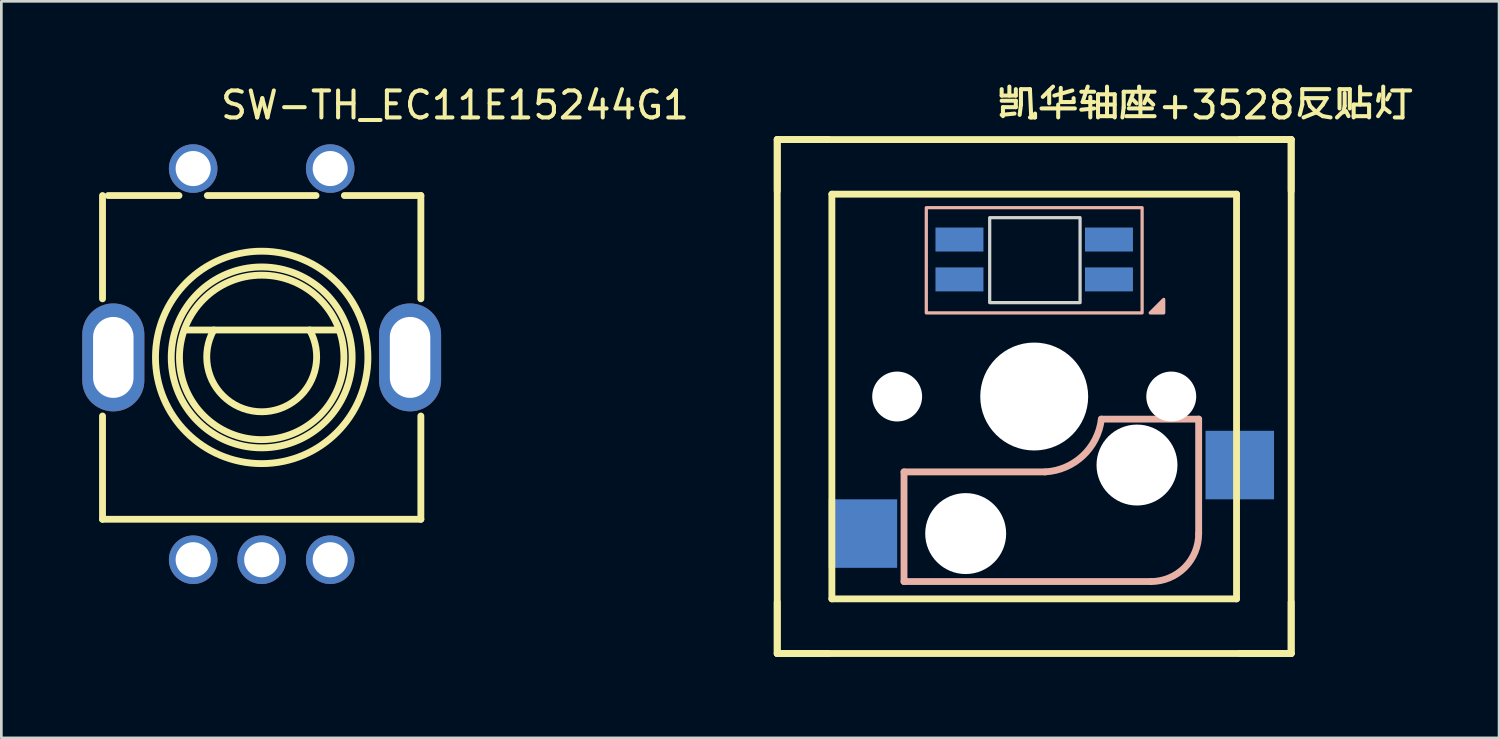
<source format=kicad_pcb>
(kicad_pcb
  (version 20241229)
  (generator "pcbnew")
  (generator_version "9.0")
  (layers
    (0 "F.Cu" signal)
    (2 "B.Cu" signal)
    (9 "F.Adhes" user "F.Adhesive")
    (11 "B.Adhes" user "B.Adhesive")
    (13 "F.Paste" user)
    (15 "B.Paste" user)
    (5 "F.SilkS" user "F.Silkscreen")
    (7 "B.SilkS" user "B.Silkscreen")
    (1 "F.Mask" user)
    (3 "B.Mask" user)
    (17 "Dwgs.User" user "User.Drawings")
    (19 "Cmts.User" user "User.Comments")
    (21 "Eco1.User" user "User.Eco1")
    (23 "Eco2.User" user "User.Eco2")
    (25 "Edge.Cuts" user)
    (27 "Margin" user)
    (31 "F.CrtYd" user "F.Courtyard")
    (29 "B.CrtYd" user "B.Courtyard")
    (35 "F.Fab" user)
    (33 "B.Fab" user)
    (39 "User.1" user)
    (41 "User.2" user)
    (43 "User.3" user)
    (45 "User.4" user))
  (footprint "SW-TH_EC11E15244G1"
    (layer "F.Cu")
    (at 6.65 10.448)
    (property "Reference" "SW-TH_EC11E15244G1" (at -1.6 -9.6 0) (layer "F.SilkS") (effects (font (size 1 1) (thickness 0.15)) (justify left)))
    (attr through_hole)
    (fp_line (start -5.9 -2.422) (end -5.9 -6.25) (stroke (width 0.254) (type solid)) (layer "F.SilkS"))
    (fp_line (start -5.9 5.75) (end -5.9 1.922) (stroke (width 0.254) (type solid)) (layer "F.SilkS"))
    (fp_line (start -5.69 -6.25) (end -3.066 -6.25) (stroke (width 0.254) (type solid)) (layer "F.SilkS"))
    (fp_line (start -2.794 -1.266) (end 2.794 -1.266) (stroke (width 0.254) (type solid)) (layer "F.SilkS"))
    (fp_line (start -2.014 -6.25) (end 2.014 -6.25) (stroke (width 0.254) (type solid)) (layer "F.SilkS"))
    (fp_line (start 3.066 -6.25) (end 5.9 -6.25) (stroke (width 0.254) (type solid)) (layer "F.SilkS"))
    (fp_line (start 5.9 -6.25) (end 5.9 -2.422) (stroke (width 0.254) (type solid)) (layer "F.SilkS"))
    (fp_line (start 5.9 1.922) (end 5.9 5.75) (stroke (width 0.254) (type solid)) (layer "F.SilkS"))
    (fp_line (start 5.9 5.75) (end -5.9 5.75) (stroke (width 0.254) (type solid)) (layer "F.SilkS"))
    (fp_arc (start 1.777972 -1.266049) (mid 0.000028 1.764987) (end -1.778 -1.266) (stroke (width 0.254) (type solid)) (layer "F.SilkS"))
    (fp_circle (center 0 -0.25) (end 3.048 -0.25) (stroke (width 0.254) (type solid)) (fill no) (layer "F.SilkS"))
    (fp_circle (center 0 -0.25) (end 3.353 -0.25) (stroke (width 0.254) (type solid)) (fill no) (layer "F.SilkS"))
    (fp_circle (center 0 -0.25) (end 3.937 -0.25) (stroke (width 0.254) (type solid)) (fill no) (layer "F.SilkS"))
    (pad "6" thru_hole oval (at 5.5 -0.25 90) (size 4 2.3) (drill oval 3 1.5) (layers "*.Cu" "*.Mask"))
    (pad "7" thru_hole oval (at -5.5 -0.25 90) (size 4 2.3) (drill oval 3 1.5) (layers "*.Cu" "*.Mask"))
    (pad "A" thru_hole circle (at -2.54 7.25) (size 1.8 1.8) (drill 1.3) (layers "*.Cu" "*.Mask"))
    (pad "B" thru_hole circle (at 2.54 7.25) (size 1.8 1.8) (drill 1.3) (layers "*.Cu" "*.Mask"))
    (pad "C" thru_hole circle (at 0 7.25) (size 1.8 1.8) (drill 1.3) (layers "*.Cu" "*.Mask"))
    (pad "D" thru_hole circle (at -2.54 -7.25) (size 1.8 1.8) (drill 1.3) (layers "*.Cu" "*.Mask"))
    (pad "E" thru_hole circle (at 2.54 -7.25) (size 1.8 1.8) (drill 1.3) (layers "*.Cu" "*.Mask")))
  (footprint "凯华轴座+3528反贴灯"
    (layer "F.Cu")
    (at 35.285 11.648)
    (property "Reference" "凯华轴座+3528反贴灯" (at -1.4 -10.8 0) (layer "F.SilkS") (effects (font (size 1 1) (thickness 0.15)) (justify left)))
    (attr through_hole)
    (fp_line (start -9.525 -9.525) (end -7.62 -9.525) (stroke (width 0.254) (type solid)) (layer "F.SilkS"))
    (fp_line (start -9.525 -9.525) (end 9.525 -9.525) (stroke (width 0.254) (type solid)) (layer "F.SilkS"))
    (fp_line (start -9.525 -7.62) (end -9.525 -9.525) (stroke (width 0.254) (type solid)) (layer "F.SilkS"))
    (fp_line (start -9.525 9.525) (end -9.525 -9.525) (stroke (width 0.254) (type solid)) (layer "F.SilkS"))
    (fp_line (start -9.525 9.525) (end -9.525 7.62) (stroke (width 0.254) (type solid)) (layer "F.SilkS"))
    (fp_line (start -7.62 9.525) (end -9.525 9.525) (stroke (width 0.254) (type solid)) (layer "F.SilkS"))
    (fp_line (start -7.5 -7.5) (end 7.5 -7.5) (stroke (width 0.254) (type solid)) (layer "F.SilkS"))
    (fp_line (start -7.5 7.5) (end -7.5 -7.5) (stroke (width 0.254) (type solid)) (layer "F.SilkS"))
    (fp_line (start -7.5 7.5) (end 7.5 7.5) (stroke (width 0.254) (type solid)) (layer "F.SilkS"))
    (fp_line (start 7.5 7.5) (end 7.5 -7.5) (stroke (width 0.254) (type solid)) (layer "F.SilkS"))
    (fp_line (start 7.62 -9.525) (end 9.525 -9.525) (stroke (width 0.254) (type solid)) (layer "F.SilkS"))
    (fp_line (start 9.525 -9.525) (end 9.525 -7.62) (stroke (width 0.254) (type solid)) (layer "F.SilkS"))
    (fp_line (start 9.525 -9.525) (end 9.525 9.525) (stroke (width 0.254) (type solid)) (layer "F.SilkS"))
    (fp_line (start 9.525 7.62) (end 9.525 9.525) (stroke (width 0.254) (type solid)) (layer "F.SilkS"))
    (fp_line (start 9.525 9.525) (end -9.525 9.525) (stroke (width 0.254) (type solid)) (layer "F.SilkS"))
    (fp_line (start 9.525 9.525) (end 7.62 9.525) (stroke (width 0.254) (type solid)) (layer "F.SilkS"))
    (fp_line (start -4.826 2.794) (end -4.826 6.858) (stroke (width 0.254) (type solid)) (layer "B.SilkS"))
    (fp_line (start -4.826 2.794) (end 0.406 2.794) (stroke (width 0.254) (type solid)) (layer "B.SilkS"))
    (fp_line (start 2.489 0.838) (end 6.096 0.838) (stroke (width 0.254) (type solid)) (layer "B.SilkS"))
    (fp_line (start 4.318 6.858) (end -4.826 6.858) (stroke (width 0.254) (type solid)) (layer "B.SilkS"))
    (fp_line (start 6.096 0.838) (end 6.096 5.08) (stroke (width 0.254) (type solid)) (layer "B.SilkS"))
    (fp_rect (start -4 -7) (end 4 -3.1) (stroke (width 0.12) (type solid)) (fill no) (layer "B.SilkS"))
    (fp_arc (start 2.489 0.838) (mid 1.804513 2.195515) (end 0.406527 2.793013) (stroke (width 0.254) (type solid)) (layer "B.SilkS"))
    (fp_arc (start 6.096 5.08) (mid 5.578362 6.339802) (end 4.318792 6.858004) (stroke (width 0.254) (type solid)) (layer "B.SilkS"))
    (fp_poly (pts (xy 4.8 -3.1) (xy 4.3 -3.1) (xy 4.8 -3.6)) (stroke (width 0.12) (type solid)) (fill yes) (layer "B.SilkS"))
    (fp_rect (start -1.65 -6.63) (end 1.7 -3.48) (stroke (width 0.12) (type solid)) (fill no) (layer "Edge.Cuts"))
    (pad "" np_thru_hole circle (at -5.08 0) (size 1.85 1.85) (drill 1.85) (layers "*.Cu" "*.Mask"))
    (pad "" np_thru_hole circle (at -2.54 5.08) (size 3 3) (drill 3) (layers "*.Cu" "*.Mask"))
    (pad "" np_thru_hole circle (at 0 0) (size 4 4) (drill 4) (layers "*.Cu" "*.Mask"))
    (pad "" np_thru_hole circle (at 3.81 2.54) (size 3 3) (drill 3) (layers "*.Cu" "*.Mask"))
    (pad "" np_thru_hole circle (at 5.08 0) (size 1.85 1.85) (drill 1.85) (layers "*.Cu" "*.Mask"))
    (pad "1" smd rect (at -2.771 -5.819) (size 1.778 0.889) (layers "B.Cu" "B.Mask" "B.Paste"))
    (pad "2" smd rect (at -2.771 -4.341) (size 1.778 0.889) (layers "B.Cu" "B.Mask" "B.Paste"))
    (pad "3" smd rect (at -6.35 5.08) (size 2.54 2.54) (layers "B.Cu" "B.Mask" "B.Paste"))
    (pad "4" smd rect (at 7.62 2.54) (size 2.54 2.54) (layers "B.Cu" "B.Mask" "B.Paste"))
    (pad "5" smd rect (at 2.771 -4.341) (size 1.778 0.889) (layers "B.Cu" "B.Mask" "B.Paste"))
    (pad "6" smd rect (at 2.771 -5.819) (size 1.778 0.889) (layers "B.Cu" "B.Mask" "B.Paste")))
  (gr_rect
    (start -3 -3)
    (end 52.516 24.3)
    (stroke (width 0.1) (type default))
    (fill no)
    (layer "Edge.Cuts")))
</source>
